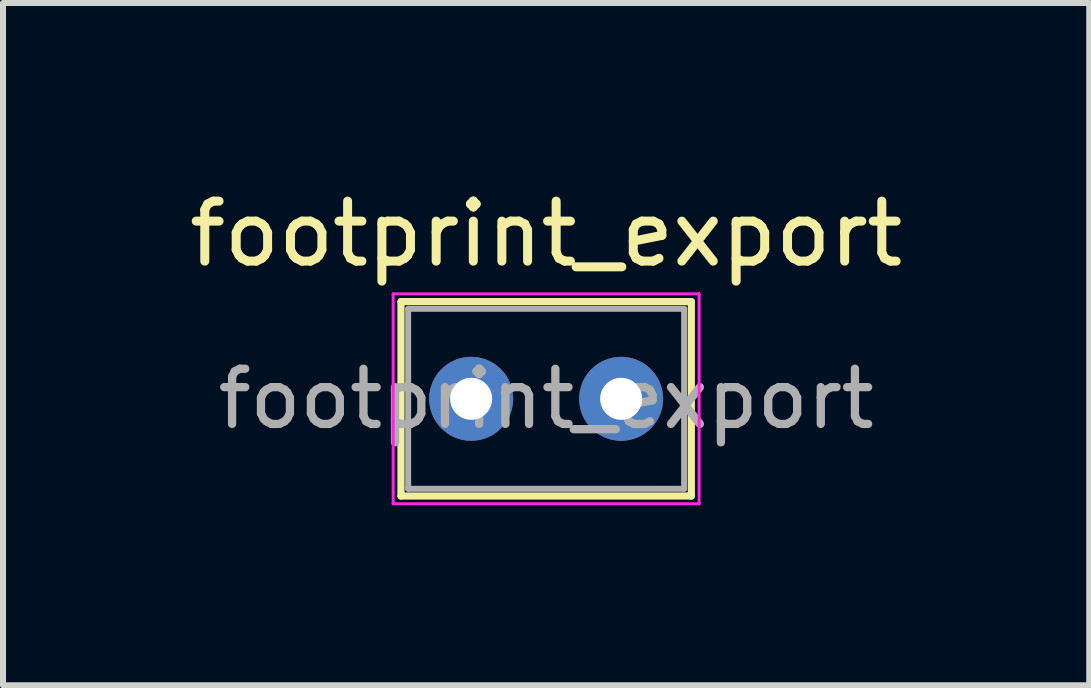
<source format=kicad_pcb>
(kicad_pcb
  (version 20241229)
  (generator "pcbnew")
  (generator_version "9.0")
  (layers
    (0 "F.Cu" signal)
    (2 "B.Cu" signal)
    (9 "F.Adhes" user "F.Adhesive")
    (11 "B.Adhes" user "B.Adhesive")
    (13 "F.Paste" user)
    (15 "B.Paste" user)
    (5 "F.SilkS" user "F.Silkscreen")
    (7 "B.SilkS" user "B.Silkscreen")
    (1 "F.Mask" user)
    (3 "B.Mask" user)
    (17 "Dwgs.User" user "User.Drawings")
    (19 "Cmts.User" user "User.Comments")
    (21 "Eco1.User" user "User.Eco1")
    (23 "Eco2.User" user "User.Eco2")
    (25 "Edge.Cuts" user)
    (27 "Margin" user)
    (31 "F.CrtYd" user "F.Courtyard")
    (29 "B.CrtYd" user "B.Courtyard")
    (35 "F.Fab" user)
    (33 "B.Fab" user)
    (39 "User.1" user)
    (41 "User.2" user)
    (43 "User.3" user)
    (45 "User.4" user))
  (footprint "footprint_export"
    (layer "F.Cu")
    (at 4.804 3.598)
    (property "Reference" "footprint_export" (at 1.25 -2.75 0) (layer "F.SilkS") (effects (font (size 1 1) (thickness 0.15))))
    (attr through_hole)
    (fp_line (start -1.17 -1.62) (end -1.17 1.62) (stroke (width 0.12) (type solid)) (layer "F.SilkS"))
    (fp_line (start -1.17 -1.62) (end 3.67 -1.62) (stroke (width 0.12) (type solid)) (layer "F.SilkS"))
    (fp_line (start -1.17 1.62) (end 3.67 1.62) (stroke (width 0.12) (type solid)) (layer "F.SilkS"))
    (fp_line (start 3.67 -1.62) (end 3.67 1.62) (stroke (width 0.12) (type solid)) (layer "F.SilkS"))
    (fp_line (start -1.3 -1.75) (end -1.3 1.75) (stroke (width 0.05) (type solid)) (layer "F.CrtYd"))
    (fp_line (start -1.3 1.75) (end 3.8 1.75) (stroke (width 0.05) (type solid)) (layer "F.CrtYd"))
    (fp_line (start 3.8 -1.75) (end -1.3 -1.75) (stroke (width 0.05) (type solid)) (layer "F.CrtYd"))
    (fp_line (start 3.8 1.75) (end 3.8 -1.75) (stroke (width 0.05) (type solid)) (layer "F.CrtYd"))
    (fp_line (start -1.05 -1.5) (end -1.05 1.5) (stroke (width 0.1) (type solid)) (layer "F.Fab"))
    (fp_line (start -1.05 1.5) (end 3.55 1.5) (stroke (width 0.1) (type solid)) (layer "F.Fab"))
    (fp_line (start 3.55 -1.5) (end -1.05 -1.5) (stroke (width 0.1) (type solid)) (layer "F.Fab"))
    (fp_line (start 3.55 1.5) (end 3.55 -1.5) (stroke (width 0.1) (type solid)) (layer "F.Fab"))
    (fp_text user "${REFERENCE}" (at 1.25 0 0) (layer "F.Fab") (effects (font (size 0.92 0.92) (thickness 0.138))))
    (pad "1" thru_hole circle (at 0 0) (size 1.4 1.4) (drill 0.7) (layers "*.Cu" "*.Mask"))
    (pad "2" thru_hole circle (at 2.5 0) (size 1.4 1.4) (drill 0.7) (layers "*.Cu" "*.Mask")))
  (gr_rect
    (start -3 -3)
    (end 15.107 8.373)
    (stroke (width 0.1) (type default))
    (fill no)
    (layer "Edge.Cuts")))
</source>
